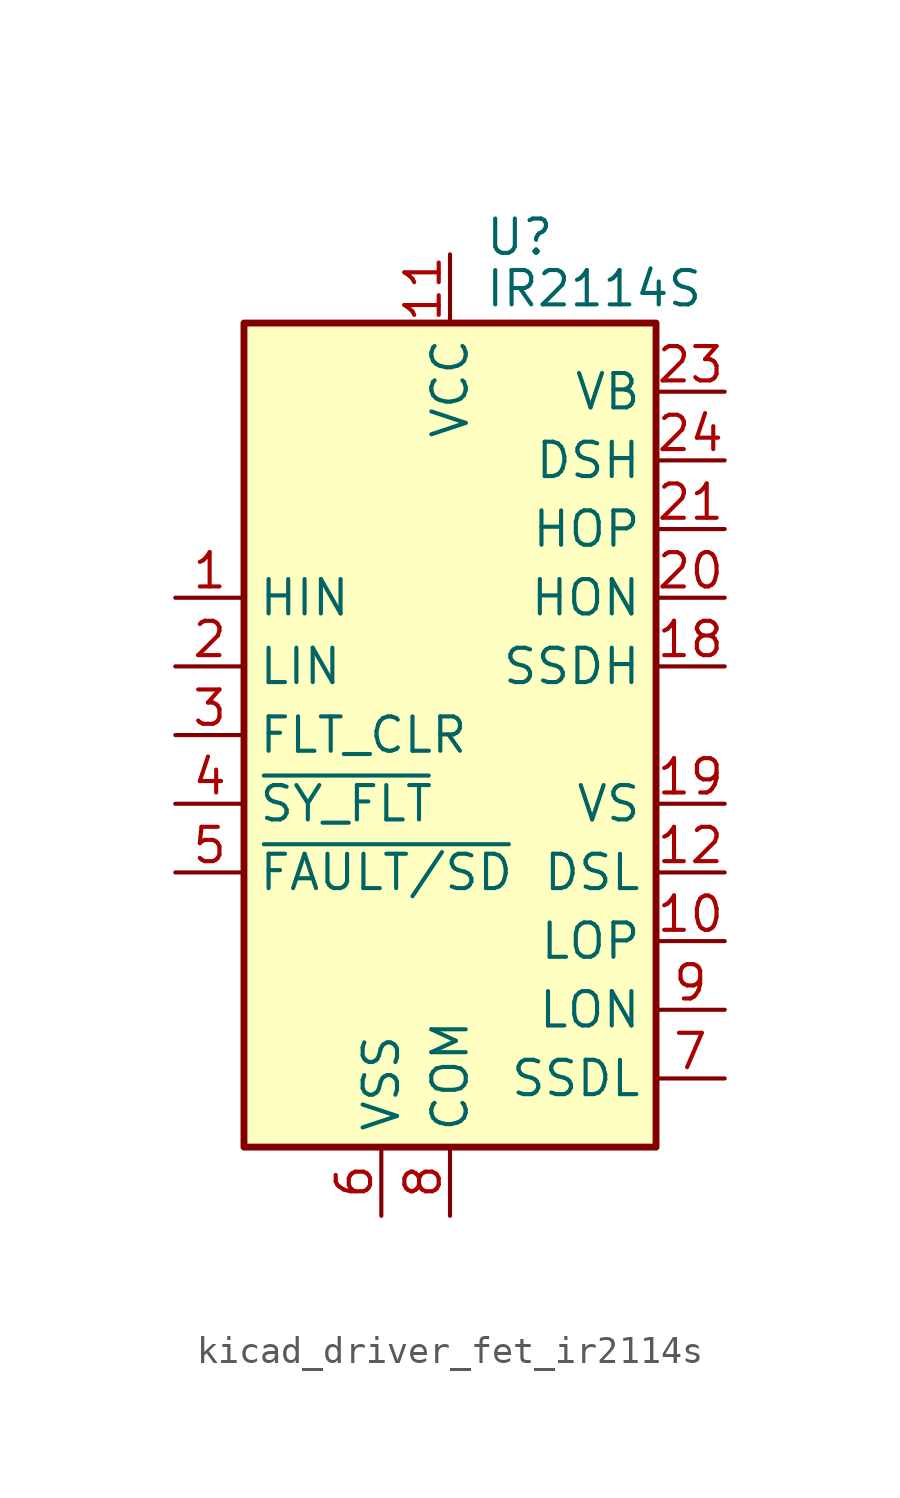
<source format=kicad_sym>
(kicad_symbol_lib
  (version 20220914)
  (generator kicad_symbol_editor)
  (symbol "kicad_driver_fet_ir2114s"
    (property "Reference" "U"
      (at 1.27 18.415 0)
      (effects (font (size 1.27 1.27)) (justify left)))
    (property "Value" "IR2114S"
      (at 1.27 16.51 0)
      (effects (font (size 1.27 1.27)) (justify left)))
    (symbol "kicad_driver_fet_ir2114s_0_1"
      (rectangle (start -7.62 -15.24) (end 7.62 15.24) (stroke (width 0.254) (type default)) (fill (type background))))
    (symbol "kicad_driver_fet_ir2114s_1_1"
      (pin input line (at -10.16 5.08 0) (length 2.54) (name "HIN" (effects (font (size 1.27 1.27)))) (number "1" (effects (font (size 1.27 1.27)))))
      (pin output line (at 10.16 -7.62 180) (length 2.54) (name "LOP" (effects (font (size 1.27 1.27)))) (number "10" (effects (font (size 1.27 1.27)))))
      (pin power_in line (at 0 17.78 270) (length 2.54) (name "VCC" (effects (font (size 1.27 1.27)))) (number "11" (effects (font (size 1.27 1.27)))))
      (pin input line (at 10.16 -5.08 180) (length 2.54) (name "DSL" (effects (font (size 1.27 1.27)))) (number "12" (effects (font (size 1.27 1.27)))))
      (pin no_connect line (at -7.62 12.7 0) (length 2.54) hide (name "NC" (effects (font (size 1.27 1.27)))) (number "13" (effects (font (size 1.27 1.27)))))
      (pin no_connect line (at -7.62 10.16 0) (length 2.54) hide (name "NC" (effects (font (size 1.27 1.27)))) (number "14" (effects (font (size 1.27 1.27)))))
      (pin no_connect line (at -7.62 7.62 0) (length 2.54) hide (name "NC" (effects (font (size 1.27 1.27)))) (number "15" (effects (font (size 1.27 1.27)))))
      (pin no_connect line (at -7.62 -7.62 0) (length 2.54) hide (name "NC" (effects (font (size 1.27 1.27)))) (number "16" (effects (font (size 1.27 1.27)))))
      (pin no_connect line (at -7.62 -10.16 0) (length 2.54) hide (name "NC" (effects (font (size 1.27 1.27)))) (number "17" (effects (font (size 1.27 1.27)))))
      (pin input line (at 10.16 2.54 180) (length 2.54) (name "SSDH" (effects (font (size 1.27 1.27)))) (number "18" (effects (font (size 1.27 1.27)))))
      (pin passive line (at 10.16 -2.54 180) (length 2.54) (name "VS" (effects (font (size 1.27 1.27)))) (number "19" (effects (font (size 1.27 1.27)))))
      (pin input line (at -10.16 2.54 0) (length 2.54) (name "LIN" (effects (font (size 1.27 1.27)))) (number "2" (effects (font (size 1.27 1.27)))))
      (pin output line (at 10.16 5.08 180) (length 2.54) (name "HON" (effects (font (size 1.27 1.27)))) (number "20" (effects (font (size 1.27 1.27)))))
      (pin output line (at 10.16 7.62 180) (length 2.54) (name "HOP" (effects (font (size 1.27 1.27)))) (number "21" (effects (font (size 1.27 1.27)))))
      (pin no_connect line (at -7.62 -12.7 0) (length 2.54) hide (name "NC" (effects (font (size 1.27 1.27)))) (number "22" (effects (font (size 1.27 1.27)))))
      (pin passive line (at 10.16 12.7 180) (length 2.54) (name "VB" (effects (font (size 1.27 1.27)))) (number "23" (effects (font (size 1.27 1.27)))))
      (pin input line (at 10.16 10.16 180) (length 2.54) (name "DSH" (effects (font (size 1.27 1.27)))) (number "24" (effects (font (size 1.27 1.27)))))
      (pin input line (at -10.16 0 0) (length 2.54) (name "FLT_CLR" (effects (font (size 1.27 1.27)))) (number "3" (effects (font (size 1.27 1.27)))))
      (pin bidirectional line (at -10.16 -2.54 0) (length 2.54) (name "~{SY_FLT}" (effects (font (size 1.27 1.27)))) (number "4" (effects (font (size 1.27 1.27)))))
      (pin bidirectional line (at -10.16 -5.08 0) (length 2.54) (name "~{FAULT/SD}" (effects (font (size 1.27 1.27)))) (number "5" (effects (font (size 1.27 1.27)))))
      (pin power_in line (at -2.54 -17.78 90) (length 2.54) (name "VSS" (effects (font (size 1.27 1.27)))) (number "6" (effects (font (size 1.27 1.27)))))
      (pin input line (at 10.16 -12.7 180) (length 2.54) (name "SSDL" (effects (font (size 1.27 1.27)))) (number "7" (effects (font (size 1.27 1.27)))))
      (pin power_in line (at 0 -17.78 90) (length 2.54) (name "COM" (effects (font (size 1.27 1.27)))) (number "8" (effects (font (size 1.27 1.27)))))
      (pin output line (at 10.16 -10.16 180) (length 2.54) (name "LON" (effects (font (size 1.27 1.27)))) (number "9" (effects (font (size 1.27 1.27))))))))
</source>
